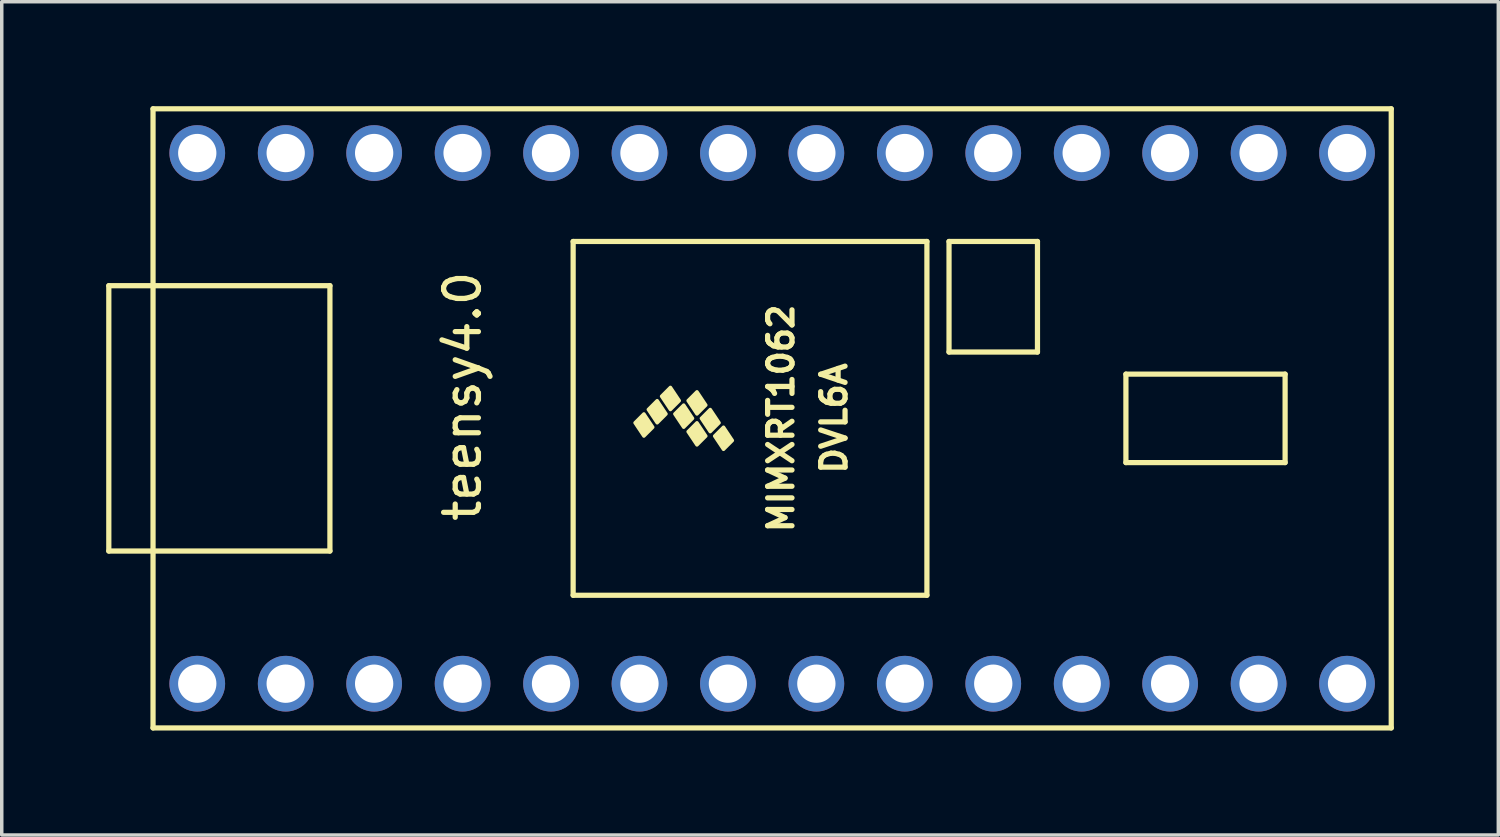
<source format=kicad_pcb>
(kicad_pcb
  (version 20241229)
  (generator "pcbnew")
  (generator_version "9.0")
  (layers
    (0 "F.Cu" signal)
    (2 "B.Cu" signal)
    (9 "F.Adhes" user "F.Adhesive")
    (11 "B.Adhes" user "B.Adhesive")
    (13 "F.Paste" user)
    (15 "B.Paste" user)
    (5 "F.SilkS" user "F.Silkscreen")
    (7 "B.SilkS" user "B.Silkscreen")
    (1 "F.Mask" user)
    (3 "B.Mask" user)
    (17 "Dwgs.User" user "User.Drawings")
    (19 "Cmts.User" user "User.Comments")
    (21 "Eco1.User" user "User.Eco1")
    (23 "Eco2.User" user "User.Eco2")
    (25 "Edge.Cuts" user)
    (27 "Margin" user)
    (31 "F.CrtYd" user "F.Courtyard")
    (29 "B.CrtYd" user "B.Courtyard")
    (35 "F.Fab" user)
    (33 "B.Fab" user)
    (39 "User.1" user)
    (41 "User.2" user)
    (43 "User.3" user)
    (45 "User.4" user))
  (footprint "teensy4.0"
    (layer "F.Cu")
    (at 19.125 8.33)
    (property "Reference" "teensy4.0" (at -8.89 0 90) (layer "F.SilkS") (effects (font (size 1 1) (thickness 0.15))))
    (attr through_hole)
    (fp_line (start -19.05 -3.175) (end -17.78 -3.175) (stroke (width 0.15) (type solid)) (layer "F.SilkS"))
    (fp_line (start -19.05 4.445) (end -19.05 -3.175) (stroke (width 0.15) (type solid)) (layer "F.SilkS"))
    (fp_line (start -17.78 -8.255) (end 17.78 -8.255) (stroke (width 0.15) (type solid)) (layer "F.SilkS"))
    (fp_line (start -17.78 4.445) (end -19.05 4.445) (stroke (width 0.15) (type solid)) (layer "F.SilkS"))
    (fp_line (start -17.78 9.525) (end -17.78 -8.255) (stroke (width 0.15) (type solid)) (layer "F.SilkS"))
    (fp_line (start -12.7 -3.175) (end -17.78 -3.175) (stroke (width 0.15) (type solid)) (layer "F.SilkS"))
    (fp_line (start -12.7 4.445) (end -17.78 4.445) (stroke (width 0.15) (type solid)) (layer "F.SilkS"))
    (fp_line (start -12.7 4.445) (end -12.7 -3.175) (stroke (width 0.15) (type solid)) (layer "F.SilkS"))
    (fp_line (start -5.715 -4.445) (end -5.715 5.715) (stroke (width 0.15) (type solid)) (layer "F.SilkS"))
    (fp_line (start 4.445 -4.445) (end -5.715 -4.445) (stroke (width 0.15) (type solid)) (layer "F.SilkS"))
    (fp_line (start 4.445 5.715) (end -5.715 5.715) (stroke (width 0.15) (type solid)) (layer "F.SilkS"))
    (fp_line (start 4.445 5.715) (end 4.445 -4.445) (stroke (width 0.15) (type solid)) (layer "F.SilkS"))
    (fp_line (start 5.08 -4.445) (end 7.62 -4.445) (stroke (width 0.15) (type solid)) (layer "F.SilkS"))
    (fp_line (start 5.08 -1.27) (end 5.08 -4.445) (stroke (width 0.15) (type solid)) (layer "F.SilkS"))
    (fp_line (start 7.62 -4.445) (end 7.62 -1.27) (stroke (width 0.15) (type solid)) (layer "F.SilkS"))
    (fp_line (start 7.62 -1.27) (end 5.08 -1.27) (stroke (width 0.15) (type solid)) (layer "F.SilkS"))
    (fp_line (start 10.16 -0.635) (end 14.732 -0.635) (stroke (width 0.15) (type solid)) (layer "F.SilkS"))
    (fp_line (start 10.16 1.905) (end 10.16 -0.635) (stroke (width 0.15) (type solid)) (layer "F.SilkS"))
    (fp_line (start 14.732 -0.635) (end 14.732 1.905) (stroke (width 0.15) (type solid)) (layer "F.SilkS"))
    (fp_line (start 14.732 1.905) (end 10.16 1.905) (stroke (width 0.15) (type solid)) (layer "F.SilkS"))
    (fp_line (start 17.78 -8.255) (end 17.78 9.525) (stroke (width 0.15) (type solid)) (layer "F.SilkS"))
    (fp_line (start 17.78 9.525) (end -17.78 9.525) (stroke (width 0.15) (type solid)) (layer "F.SilkS"))
    (fp_poly (pts (xy -3.937 0.762) (xy -3.683 0.508) (xy -3.429 0.889) (xy -3.683 1.143)) (stroke (width 0.1) (type solid)) (fill yes) (layer "F.SilkS"))
    (fp_poly (pts (xy -3.556 0.381) (xy -3.302 0.127) (xy -3.048 0.508) (xy -3.302 0.762)) (stroke (width 0.1) (type solid)) (fill yes) (layer "F.SilkS"))
    (fp_poly (pts (xy -3.175 0) (xy -2.921 -0.254) (xy -2.667 0.127) (xy -2.921 0.381)) (stroke (width 0.1) (type solid)) (fill yes) (layer "F.SilkS"))
    (fp_poly (pts (xy -2.794 0.508) (xy -2.54 0.254) (xy -2.286 0.635) (xy -2.54 0.889)) (stroke (width 0.1) (type solid)) (fill yes) (layer "F.SilkS"))
    (fp_poly (pts (xy -2.413 0.127) (xy -2.159 -0.127) (xy -1.905 0.254) (xy -2.159 0.508)) (stroke (width 0.1) (type solid)) (fill yes) (layer "F.SilkS"))
    (fp_poly (pts (xy -2.413 1.016) (xy -2.159 0.762) (xy -1.905 1.143) (xy -2.159 1.397)) (stroke (width 0.1) (type solid)) (fill yes) (layer "F.SilkS"))
    (fp_poly (pts (xy -2.032 0.635) (xy -1.778 0.381) (xy -1.524 0.762) (xy -1.778 1.016)) (stroke (width 0.1) (type solid)) (fill yes) (layer "F.SilkS"))
    (fp_poly (pts (xy -1.651 1.143) (xy -1.397 0.889) (xy -1.143 1.27) (xy -1.397 1.524)) (stroke (width 0.1) (type solid)) (fill yes) (layer "F.SilkS"))
    (fp_text user "DVL6A" (at 1.778 0.635 90) (layer "F.SilkS") (effects (font (size 0.7 0.7) (thickness 0.15))))
    (fp_text user "MIMXRT1062" (at 0.254 0.635 90) (layer "F.SilkS") (effects (font (size 0.7 0.7) (thickness 0.15))))
    (pad "1" thru_hole circle (at -16.51 8.255) (size 1.6 1.6) (drill 1.1) (layers "*.Cu" "*.Mask"))
    (pad "2" thru_hole circle (at -13.97 8.255) (size 1.6 1.6) (drill 1.1) (layers "*.Cu" "*.Mask"))
    (pad "3" thru_hole circle (at -11.43 8.255) (size 1.6 1.6) (drill 1.1) (layers "*.Cu" "*.Mask"))
    (pad "4" thru_hole circle (at -8.89 8.255) (size 1.6 1.6) (drill 1.1) (layers "*.Cu" "*.Mask"))
    (pad "5" thru_hole circle (at -6.35 8.255) (size 1.6 1.6) (drill 1.1) (layers "*.Cu" "*.Mask"))
    (pad "6" thru_hole circle (at -3.81 8.255) (size 1.6 1.6) (drill 1.1) (layers "*.Cu" "*.Mask"))
    (pad "7" thru_hole circle (at -1.27 8.255) (size 1.6 1.6) (drill 1.1) (layers "*.Cu" "*.Mask"))
    (pad "8" thru_hole circle (at 1.27 8.255) (size 1.6 1.6) (drill 1.1) (layers "*.Cu" "*.Mask"))
    (pad "9" thru_hole circle (at 3.81 8.255) (size 1.6 1.6) (drill 1.1) (layers "*.Cu" "*.Mask"))
    (pad "10" thru_hole circle (at 6.35 8.255) (size 1.6 1.6) (drill 1.1) (layers "*.Cu" "*.Mask"))
    (pad "11" thru_hole circle (at 8.89 8.255) (size 1.6 1.6) (drill 1.1) (layers "*.Cu" "*.Mask"))
    (pad "12" thru_hole circle (at 11.43 8.255) (size 1.6 1.6) (drill 1.1) (layers "*.Cu" "*.Mask"))
    (pad "13" thru_hole circle (at 13.97 8.255) (size 1.6 1.6) (drill 1.1) (layers "*.Cu" "*.Mask"))
    (pad "14" thru_hole circle (at 16.51 8.255) (size 1.6 1.6) (drill 1.1) (layers "*.Cu" "*.Mask"))
    (pad "20" thru_hole circle (at 16.51 -6.985) (size 1.6 1.6) (drill 1.1) (layers "*.Cu" "*.Mask"))
    (pad "21" thru_hole circle (at 13.97 -6.985) (size 1.6 1.6) (drill 1.1) (layers "*.Cu" "*.Mask"))
    (pad "22" thru_hole circle (at 11.43 -6.985) (size 1.6 1.6) (drill 1.1) (layers "*.Cu" "*.Mask"))
    (pad "23" thru_hole circle (at 8.89 -6.985) (size 1.6 1.6) (drill 1.1) (layers "*.Cu" "*.Mask"))
    (pad "24" thru_hole circle (at 6.35 -6.985) (size 1.6 1.6) (drill 1.1) (layers "*.Cu" "*.Mask"))
    (pad "25" thru_hole circle (at 3.81 -6.985) (size 1.6 1.6) (drill 1.1) (layers "*.Cu" "*.Mask"))
    (pad "26" thru_hole circle (at 1.27 -6.985) (size 1.6 1.6) (drill 1.1) (layers "*.Cu" "*.Mask"))
    (pad "27" thru_hole circle (at -1.27 -6.985) (size 1.6 1.6) (drill 1.1) (layers "*.Cu" "*.Mask"))
    (pad "28" thru_hole circle (at -3.81 -6.985) (size 1.6 1.6) (drill 1.1) (layers "*.Cu" "*.Mask"))
    (pad "29" thru_hole circle (at -6.35 -6.985) (size 1.6 1.6) (drill 1.1) (layers "*.Cu" "*.Mask"))
    (pad "30" thru_hole circle (at -8.89 -6.985) (size 1.6 1.6) (drill 1.1) (layers "*.Cu" "*.Mask"))
    (pad "31" thru_hole circle (at -11.43 -6.985) (size 1.6 1.6) (drill 1.1) (layers "*.Cu" "*.Mask"))
    (pad "32" thru_hole circle (at -13.97 -6.985) (size 1.6 1.6) (drill 1.1) (layers "*.Cu" "*.Mask"))
    (pad "33" thru_hole circle (at -16.51 -6.985) (size 1.6 1.6) (drill 1.1) (layers "*.Cu" "*.Mask")))
  (gr_rect
    (start -3 -3)
    (end 39.98 20.93)
    (stroke (width 0.1) (type default))
    (fill no)
    (layer "Edge.Cuts")))
</source>
